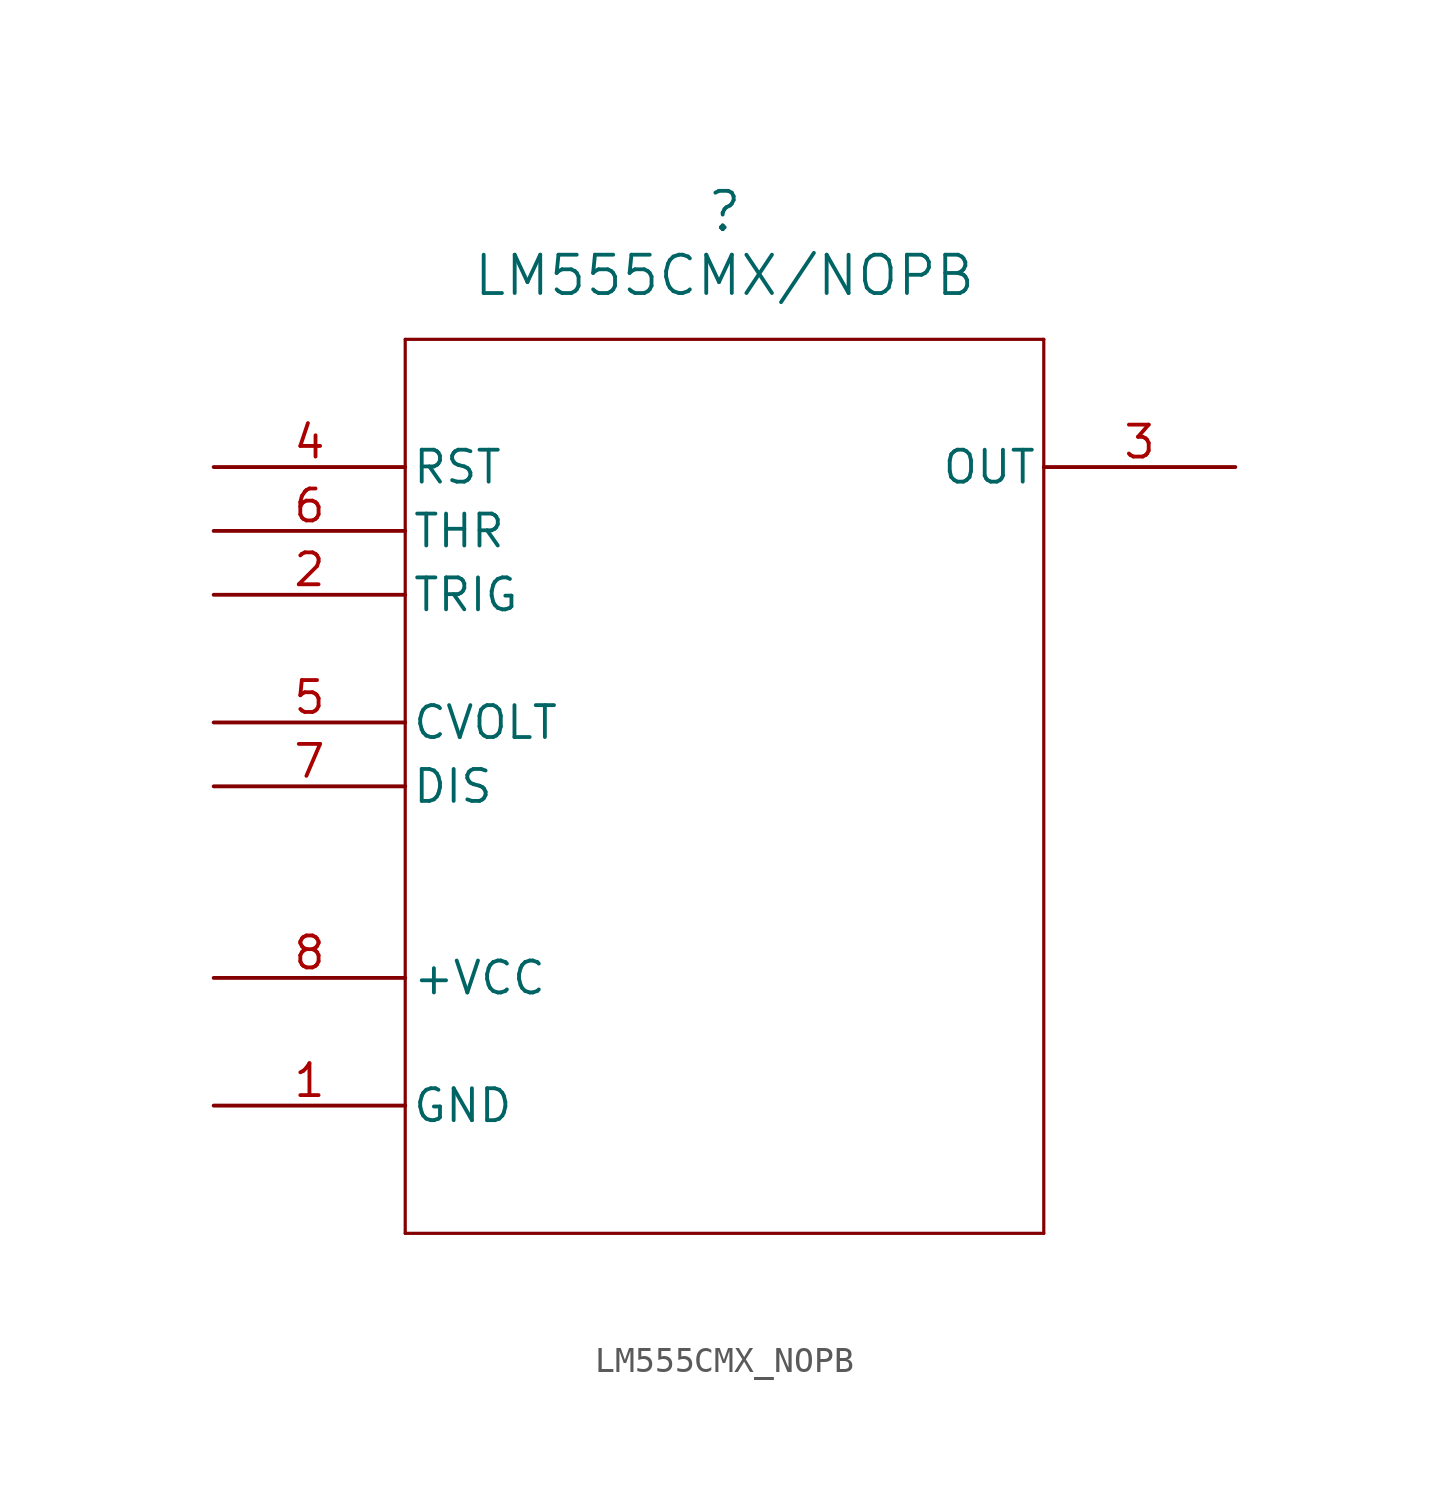
<source format=kicad_sym>
(kicad_symbol_lib
  (version 20211014)
  (generator kicad_symbol_editor)
  (symbol "LM555CMX_NOPB"
    (pin_names
      (offset 0.254))
    (property "Reference" ""
      (at 20.32 10.16 0)
      (effects (font (size 1.524 1.524))))
    (property "Value" "LM555CMX/NOPB"
      (at 20.32 7.62 0)
      (effects (font (size 1.524 1.524))))
    (symbol "LM555CMX_NOPB_0_1"
      (polyline (pts (xy 7.62 5.08) (xy 7.62 -30.48)) (stroke (width 0.127) (type default) (color 0 0 0 0)) (fill (type none)))
      (polyline (pts (xy 7.62 -30.48) (xy 33.02 -30.48)) (stroke (width 0.127) (type default) (color 0 0 0 0)) (fill (type none)))
      (polyline (pts (xy 33.02 -30.48) (xy 33.02 5.08)) (stroke (width 0.127) (type default) (color 0 0 0 0)) (fill (type none)))
      (polyline (pts (xy 33.02 5.08) (xy 7.62 5.08)) (stroke (width 0.127) (type default) (color 0 0 0 0)) (fill (type none)))
      (pin power_in line (at 0 -25.4 0) (length 7.62) (name "GND" (effects (font (size 1.27 1.27)))) (number "1" (effects (font (size 1.27 1.27)))))
      (pin input line (at 0 -5.08 0) (length 7.62) (name "TRIG" (effects (font (size 1.27 1.27)))) (number "2" (effects (font (size 1.27 1.27)))))
      (pin output line (at 40.64 0 180) (length 7.62) (name "OUT" (effects (font (size 1.27 1.27)))) (number "3" (effects (font (size 1.27 1.27)))))
      (pin input line (at 0 0 0) (length 7.62) (name "RST" (effects (font (size 1.27 1.27)))) (number "4" (effects (font (size 1.27 1.27)))))
      (pin passive line (at 0 -10.16 0) (length 7.62) (name "CVOLT" (effects (font (size 1.27 1.27)))) (number "5" (effects (font (size 1.27 1.27)))))
      (pin input line (at 0 -2.54 0) (length 7.62) (name "THR" (effects (font (size 1.27 1.27)))) (number "6" (effects (font (size 1.27 1.27)))))
      (pin unspecified line (at 0 -12.7 0) (length 7.62) (name "DIS" (effects (font (size 1.27 1.27)))) (number "7" (effects (font (size 1.27 1.27)))))
      (pin power_in line (at 0 -20.32 0) (length 7.62) (name "+VCC" (effects (font (size 1.27 1.27)))) (number "8" (effects (font (size 1.27 1.27))))))))
</source>
